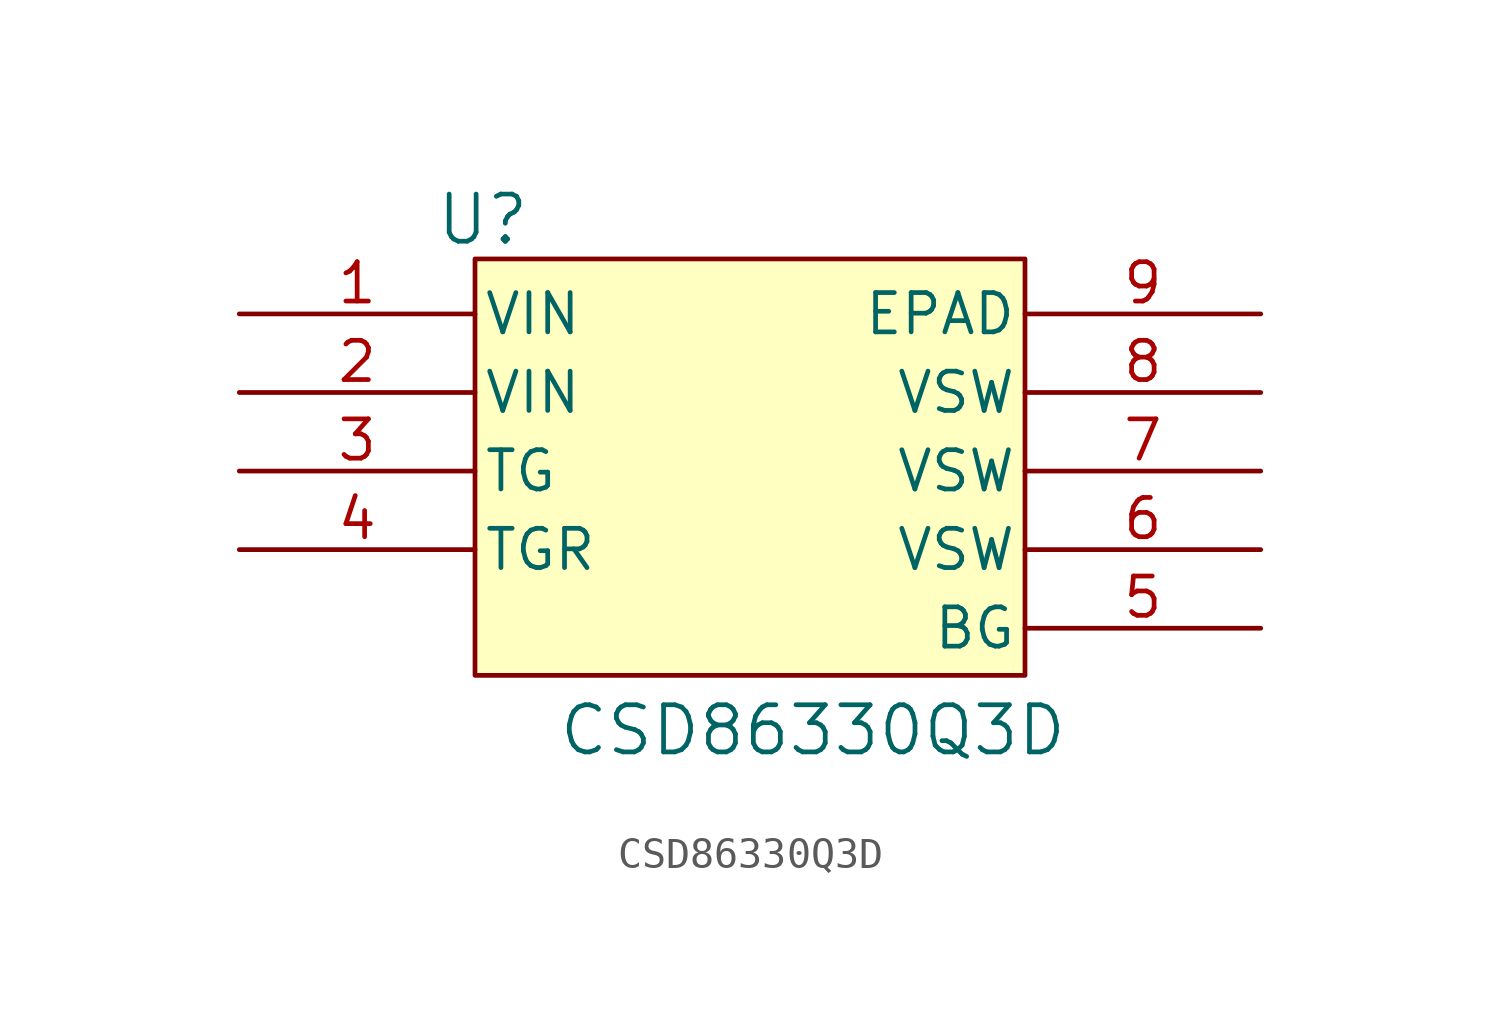
<source format=kicad_sym>
(kicad_symbol_lib
  (version 20230620)
  (generator kicad_symbol_editor)
  (symbol "CSD86330Q3D"
    (pin_names
      (offset 0.254))
    (property "Reference" "U"
      (at -8.636 6.858 0)
      (effects (font (size 1.524 1.524))))
    (property "Value" "CSD86330Q3D"
      (at 2.032 -9.652 0)
      (effects (font (size 1.524 1.524))))
    (property "ki_locked" ""
      (at 0 0 0)
      (effects (font (size 1.27 1.27))))
    (symbol "CSD86330Q3D_0_1"
      (pin input line (at -16.51 3.81 0) (length 7.62) (name "VIN" (effects (font (size 1.27 1.27)))) (number "1" (effects (font (size 1.27 1.27)))))
      (pin input line (at -16.51 1.27 0) (length 7.62) (name "VIN" (effects (font (size 1.27 1.27)))) (number "2" (effects (font (size 1.27 1.27)))))
      (pin unspecified line (at -16.51 -1.27 0) (length 7.62) (name "TG" (effects (font (size 1.27 1.27)))) (number "3" (effects (font (size 1.27 1.27)))))
      (pin unspecified line (at -16.51 -3.81 0) (length 7.62) (name "TGR" (effects (font (size 1.27 1.27)))) (number "4" (effects (font (size 1.27 1.27)))))
      (pin unspecified line (at 16.51 -6.35 180) (length 7.62) (name "BG" (effects (font (size 1.27 1.27)))) (number "5" (effects (font (size 1.27 1.27)))))
      (pin unspecified line (at 16.51 -3.81 180) (length 7.62) (name "VSW" (effects (font (size 1.27 1.27)))) (number "6" (effects (font (size 1.27 1.27)))))
      (pin unspecified line (at 16.51 -1.27 180) (length 7.62) (name "VSW" (effects (font (size 1.27 1.27)))) (number "7" (effects (font (size 1.27 1.27)))))
      (pin unspecified line (at 16.51 1.27 180) (length 7.62) (name "VSW" (effects (font (size 1.27 1.27)))) (number "8" (effects (font (size 1.27 1.27)))))
      (pin power_in line (at 16.51 3.81 180) (length 7.62) (name "EPAD" (effects (font (size 1.27 1.27)))) (number "9" (effects (font (size 1.27 1.27))))))
    (symbol "CSD86330Q3D_1_1"
      (rectangle (start -8.89 5.588) (end 8.89 -7.874) (stroke (width 0) (type default)) (fill (type background))))))
</source>
